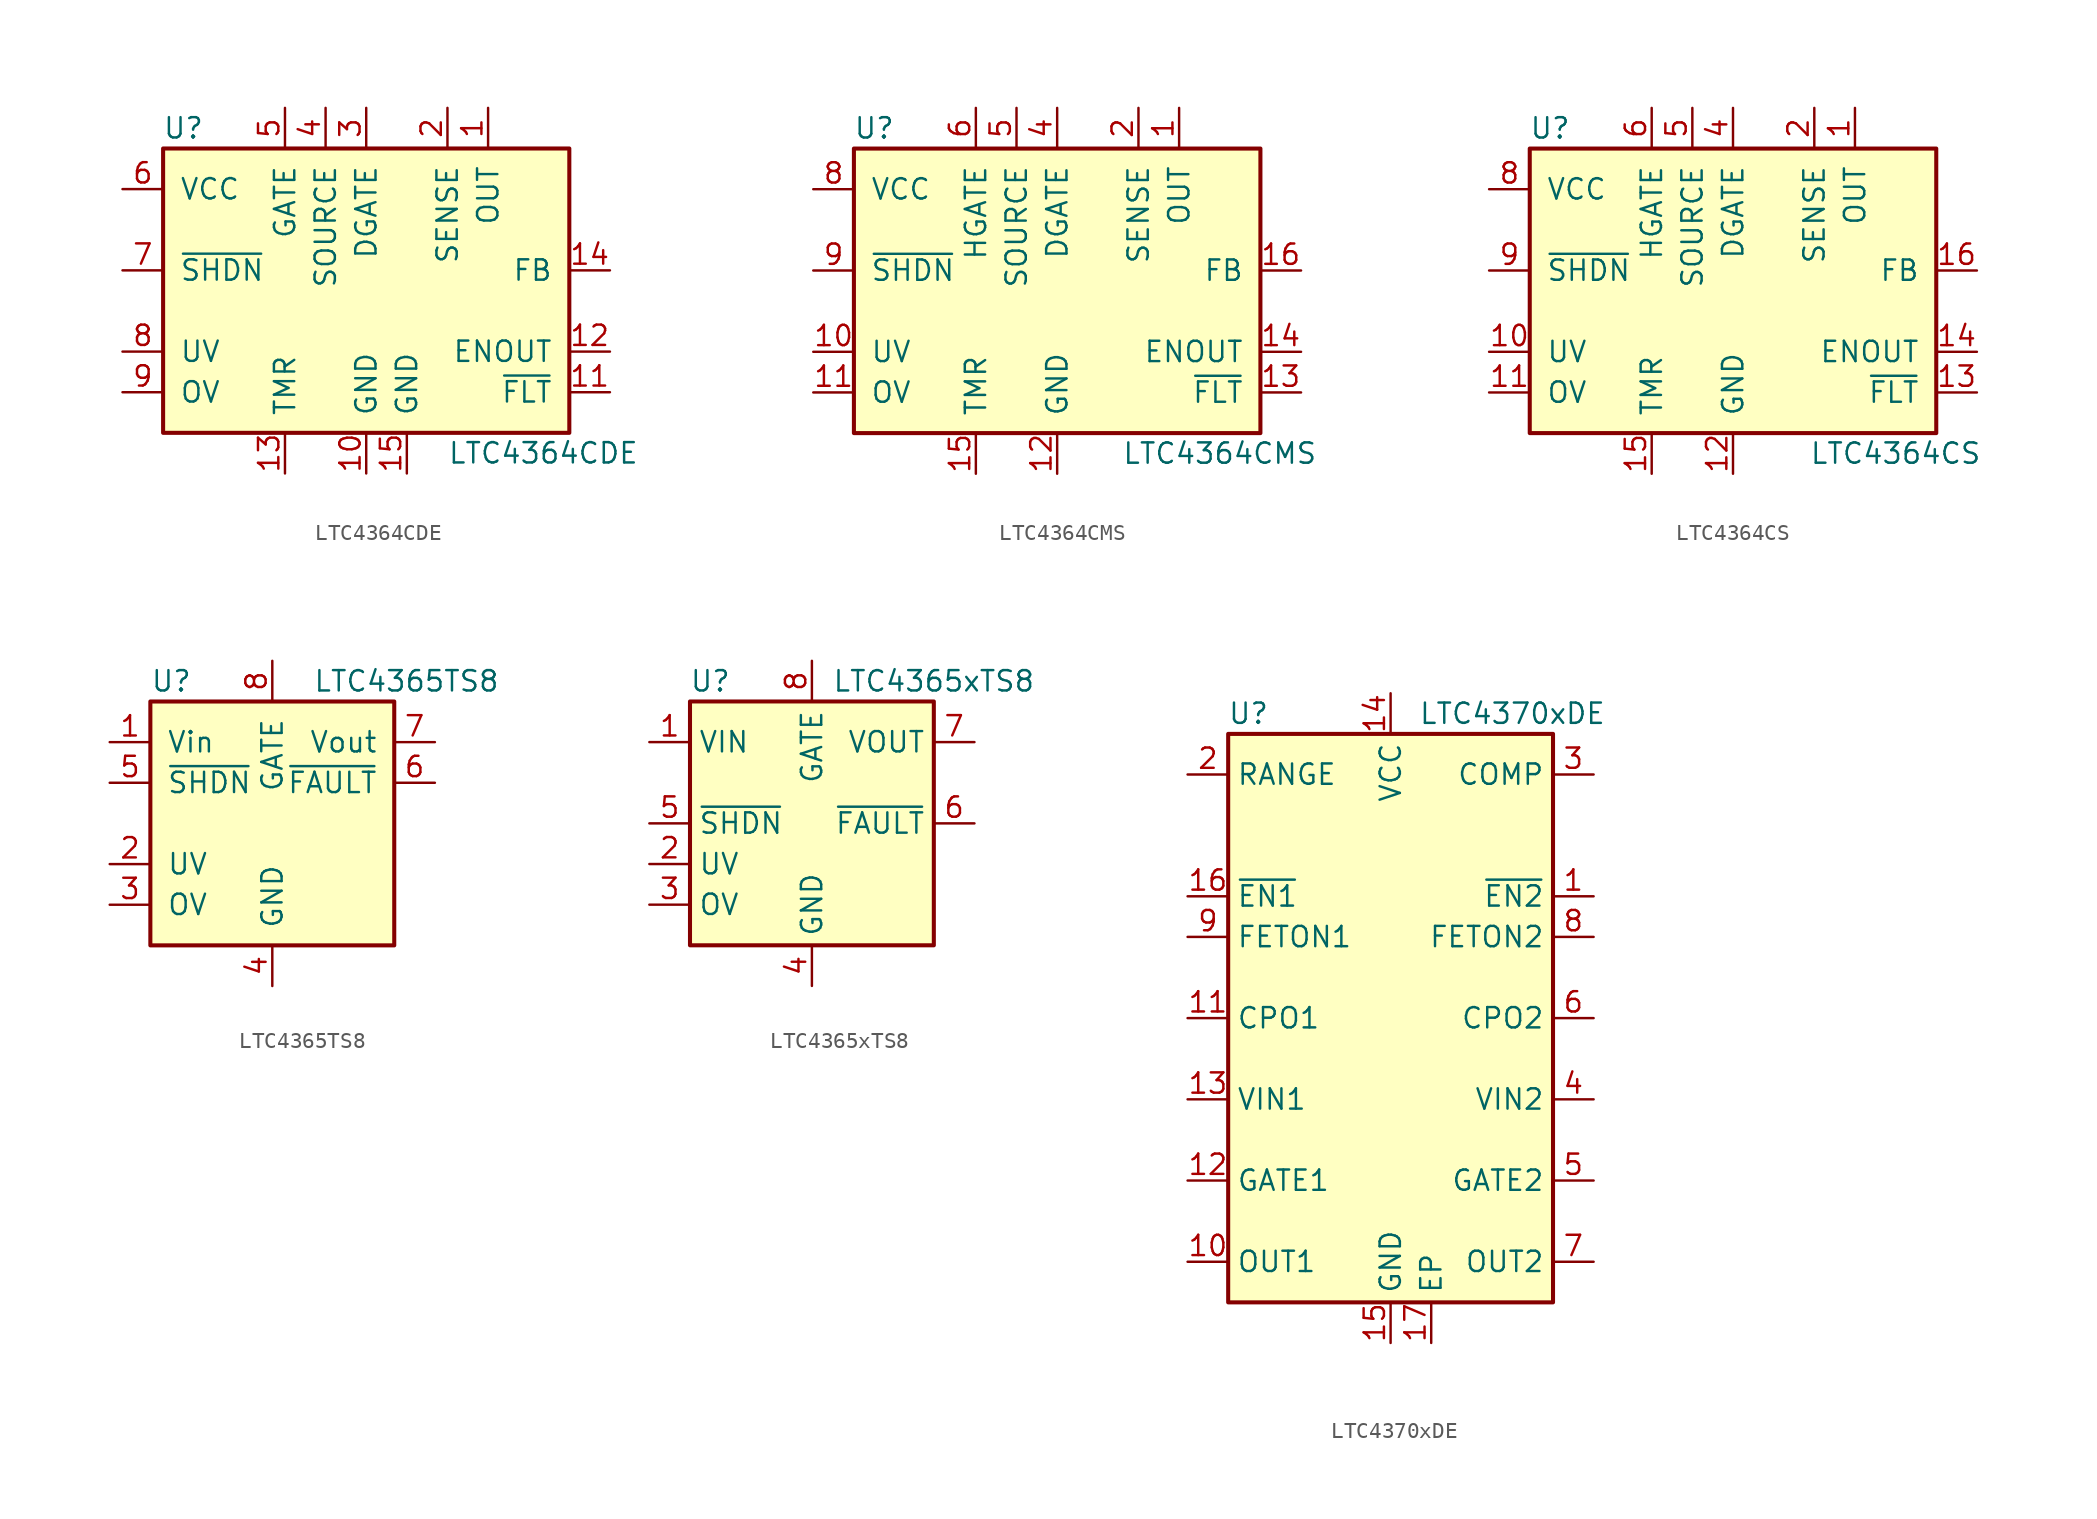
<source format=kicad_sym>
(kicad_symbol_lib
  (version 20241209)
  (generator "kicad_symbol_editor")
  (generator_version "9.0")
  (symbol "LTC4364CDE"
    (pin_names
      (offset 1.016))
    (property "Reference" "U"
      (at -11.43 8.89 0)
      (effects (font (size 1.27 1.27))))
    (property "Value" "LTC4364CDE"
      (at 5.08 -11.43 0)
      (effects (font (size 1.27 1.27)) (justify left)))
    (symbol "LTC4364CDE_0_1"
      (rectangle (start -12.7 7.62) (end 12.7 -10.16) (stroke (width 0.254) (type default)) (fill (type background))))
    (symbol "LTC4364CDE_1_1"
      (pin power_in line (at -15.24 5.08 0) (length 2.54) (name "VCC" (effects (font (size 1.27 1.27)))) (number "6" (effects (font (size 1.27 1.27)))))
      (pin input line (at -15.24 0 0) (length 2.54) (name "~{SHDN}" (effects (font (size 1.27 1.27)))) (number "7" (effects (font (size 1.27 1.27)))))
      (pin input line (at -15.24 -5.08 0) (length 2.54) (name "UV" (effects (font (size 1.27 1.27)))) (number "8" (effects (font (size 1.27 1.27)))))
      (pin input line (at -15.24 -7.62 0) (length 2.54) (name "OV" (effects (font (size 1.27 1.27)))) (number "9" (effects (font (size 1.27 1.27)))))
      (pin output line (at -5.08 10.16 270) (length 2.54) (name "GATE" (effects (font (size 1.27 1.27)))) (number "5" (effects (font (size 1.27 1.27)))))
      (pin input line (at -5.08 -12.7 90) (length 2.54) (name "TMR" (effects (font (size 1.27 1.27)))) (number "13" (effects (font (size 1.27 1.27)))))
      (pin input line (at -2.54 10.16 270) (length 2.54) (name "SOURCE" (effects (font (size 1.27 1.27)))) (number "4" (effects (font (size 1.27 1.27)))))
      (pin output line (at 0 10.16 270) (length 2.54) (name "DGATE" (effects (font (size 1.27 1.27)))) (number "3" (effects (font (size 1.27 1.27)))))
      (pin power_in line (at 0 -12.7 90) (length 2.54) (name "GND" (effects (font (size 1.27 1.27)))) (number "10" (effects (font (size 1.27 1.27)))))
      (pin power_in line (at 2.54 -12.7 90) (length 2.54) (name "GND" (effects (font (size 1.27 1.27)))) (number "15" (effects (font (size 1.27 1.27)))))
      (pin input line (at 5.08 10.16 270) (length 2.54) (name "SENSE" (effects (font (size 1.27 1.27)))) (number "2" (effects (font (size 1.27 1.27)))))
      (pin input line (at 7.62 10.16 270) (length 2.54) (name "OUT" (effects (font (size 1.27 1.27)))) (number "1" (effects (font (size 1.27 1.27)))))
      (pin input line (at 15.24 0 180) (length 2.54) (name "FB" (effects (font (size 1.27 1.27)))) (number "14" (effects (font (size 1.27 1.27)))))
      (pin open_collector line (at 15.24 -5.08 180) (length 2.54) (name "ENOUT" (effects (font (size 1.27 1.27)))) (number "12" (effects (font (size 1.27 1.27)))))
      (pin open_collector line (at 15.24 -7.62 180) (length 2.54) (name "~{FLT}" (effects (font (size 1.27 1.27)))) (number "11" (effects (font (size 1.27 1.27)))))))
  (symbol "LTC4364CMS"
    (pin_names
      (offset 1.016))
    (property "Reference" "U"
      (at -11.43 8.89 0)
      (effects (font (size 1.27 1.27))))
    (property "Value" "LTC4364CMS"
      (at 10.16 -11.43 0)
      (effects (font (size 1.27 1.27))))
    (symbol "LTC4364CMS_0_1"
      (rectangle (start -12.7 7.62) (end 12.7 -10.16) (stroke (width 0.254) (type default)) (fill (type background))))
    (symbol "LTC4364CMS_1_1"
      (pin power_in line (at -15.24 5.08 0) (length 2.54) (name "VCC" (effects (font (size 1.27 1.27)))) (number "8" (effects (font (size 1.27 1.27)))))
      (pin input line (at -15.24 0 0) (length 2.54) (name "~{SHDN}" (effects (font (size 1.27 1.27)))) (number "9" (effects (font (size 1.27 1.27)))))
      (pin input line (at -15.24 -5.08 0) (length 2.54) (name "UV" (effects (font (size 1.27 1.27)))) (number "10" (effects (font (size 1.27 1.27)))))
      (pin input line (at -15.24 -7.62 0) (length 2.54) (name "OV" (effects (font (size 1.27 1.27)))) (number "11" (effects (font (size 1.27 1.27)))))
      (pin output line (at -5.08 10.16 270) (length 2.54) (name "HGATE" (effects (font (size 1.27 1.27)))) (number "6" (effects (font (size 1.27 1.27)))))
      (pin input line (at -5.08 -12.7 90) (length 2.54) (name "TMR" (effects (font (size 1.27 1.27)))) (number "15" (effects (font (size 1.27 1.27)))))
      (pin input line (at -2.54 10.16 270) (length 2.54) (name "SOURCE" (effects (font (size 1.27 1.27)))) (number "5" (effects (font (size 1.27 1.27)))))
      (pin output line (at 0 10.16 270) (length 2.54) (name "DGATE" (effects (font (size 1.27 1.27)))) (number "4" (effects (font (size 1.27 1.27)))))
      (pin power_in line (at 0 -12.7 90) (length 2.54) (name "GND" (effects (font (size 1.27 1.27)))) (number "12" (effects (font (size 1.27 1.27)))))
      (pin input line (at 5.08 10.16 270) (length 2.54) (name "SENSE" (effects (font (size 1.27 1.27)))) (number "2" (effects (font (size 1.27 1.27)))))
      (pin input line (at 7.62 10.16 270) (length 2.54) (name "OUT" (effects (font (size 1.27 1.27)))) (number "1" (effects (font (size 1.27 1.27)))))
      (pin no_connect line (at 12.7 5.08 180) (length 2.54) (hide yes) (name "NC" (effects (font (size 1.27 1.27)))) (number "7" (effects (font (size 1.27 1.27)))))
      (pin no_connect line (at 12.7 2.54 180) (length 2.54) (hide yes) (name "NC" (effects (font (size 1.27 1.27)))) (number "3" (effects (font (size 1.27 1.27)))))
      (pin input line (at 15.24 0 180) (length 2.54) (name "FB" (effects (font (size 1.27 1.27)))) (number "16" (effects (font (size 1.27 1.27)))))
      (pin open_collector line (at 15.24 -5.08 180) (length 2.54) (name "ENOUT" (effects (font (size 1.27 1.27)))) (number "14" (effects (font (size 1.27 1.27)))))
      (pin open_collector line (at 15.24 -7.62 180) (length 2.54) (name "~{FLT}" (effects (font (size 1.27 1.27)))) (number "13" (effects (font (size 1.27 1.27)))))))
  (symbol "LTC4364CS"
    (pin_names
      (offset 1.016))
    (property "Reference" "U"
      (at -11.43 8.89 0)
      (effects (font (size 1.27 1.27))))
    (property "Value" "LTC4364CS"
      (at 10.16 -11.43 0)
      (effects (font (size 1.27 1.27))))
    (symbol "LTC4364CS_0_1"
      (rectangle (start -12.7 7.62) (end 12.7 -10.16) (stroke (width 0.254) (type default)) (fill (type background))))
    (symbol "LTC4364CS_1_1"
      (pin power_in line (at -15.24 5.08 0) (length 2.54) (name "VCC" (effects (font (size 1.27 1.27)))) (number "8" (effects (font (size 1.27 1.27)))))
      (pin input line (at -15.24 0 0) (length 2.54) (name "~{SHDN}" (effects (font (size 1.27 1.27)))) (number "9" (effects (font (size 1.27 1.27)))))
      (pin input line (at -15.24 -5.08 0) (length 2.54) (name "UV" (effects (font (size 1.27 1.27)))) (number "10" (effects (font (size 1.27 1.27)))))
      (pin input line (at -15.24 -7.62 0) (length 2.54) (name "OV" (effects (font (size 1.27 1.27)))) (number "11" (effects (font (size 1.27 1.27)))))
      (pin output line (at -5.08 10.16 270) (length 2.54) (name "HGATE" (effects (font (size 1.27 1.27)))) (number "6" (effects (font (size 1.27 1.27)))))
      (pin input line (at -5.08 -12.7 90) (length 2.54) (name "TMR" (effects (font (size 1.27 1.27)))) (number "15" (effects (font (size 1.27 1.27)))))
      (pin input line (at -2.54 10.16 270) (length 2.54) (name "SOURCE" (effects (font (size 1.27 1.27)))) (number "5" (effects (font (size 1.27 1.27)))))
      (pin output line (at 0 10.16 270) (length 2.54) (name "DGATE" (effects (font (size 1.27 1.27)))) (number "4" (effects (font (size 1.27 1.27)))))
      (pin power_in line (at 0 -12.7 90) (length 2.54) (name "GND" (effects (font (size 1.27 1.27)))) (number "12" (effects (font (size 1.27 1.27)))))
      (pin input line (at 5.08 10.16 270) (length 2.54) (name "SENSE" (effects (font (size 1.27 1.27)))) (number "2" (effects (font (size 1.27 1.27)))))
      (pin input line (at 7.62 10.16 270) (length 2.54) (name "OUT" (effects (font (size 1.27 1.27)))) (number "1" (effects (font (size 1.27 1.27)))))
      (pin no_connect line (at 12.7 5.08 180) (length 2.54) (hide yes) (name "NC" (effects (font (size 1.27 1.27)))) (number "7" (effects (font (size 1.27 1.27)))))
      (pin no_connect line (at 12.7 2.54 180) (length 2.54) (hide yes) (name "NC" (effects (font (size 1.27 1.27)))) (number "3" (effects (font (size 1.27 1.27)))))
      (pin input line (at 15.24 0 180) (length 2.54) (name "FB" (effects (font (size 1.27 1.27)))) (number "16" (effects (font (size 1.27 1.27)))))
      (pin open_collector line (at 15.24 -5.08 180) (length 2.54) (name "ENOUT" (effects (font (size 1.27 1.27)))) (number "14" (effects (font (size 1.27 1.27)))))
      (pin open_collector line (at 15.24 -7.62 180) (length 2.54) (name "~{FLT}" (effects (font (size 1.27 1.27)))) (number "13" (effects (font (size 1.27 1.27)))))))
  (symbol "LTC4365TS8"
    (pin_names
      (offset 1.016))
    (property "Reference" "U"
      (at -7.62 8.89 0)
      (effects (font (size 1.27 1.27)) (justify left)))
    (property "Value" "LTC4365TS8"
      (at 2.54 8.89 0)
      (effects (font (size 1.27 1.27)) (justify left)))
    (symbol "LTC4365TS8_0_1"
      (rectangle (start -7.62 7.62) (end 7.62 -7.62) (stroke (width 0.254) (type default)) (fill (type background))))
    (symbol "LTC4365TS8_1_1"
      (pin power_in line (at -10.16 5.08 0) (length 2.54) (name "Vin" (effects (font (size 1.27 1.27)))) (number "1" (effects (font (size 1.27 1.27)))))
      (pin input line (at -10.16 2.54 0) (length 2.54) (name "~{SHDN}" (effects (font (size 1.27 1.27)))) (number "5" (effects (font (size 1.27 1.27)))))
      (pin input line (at -10.16 -2.54 0) (length 2.54) (name "UV" (effects (font (size 1.27 1.27)))) (number "2" (effects (font (size 1.27 1.27)))))
      (pin input line (at -10.16 -5.08 0) (length 2.54) (name "OV" (effects (font (size 1.27 1.27)))) (number "3" (effects (font (size 1.27 1.27)))))
      (pin output line (at 0 10.16 270) (length 2.54) (name "GATE" (effects (font (size 1.27 1.27)))) (number "8" (effects (font (size 1.27 1.27)))))
      (pin power_in line (at 0 -10.16 90) (length 2.54) (name "GND" (effects (font (size 1.27 1.27)))) (number "4" (effects (font (size 1.27 1.27)))))
      (pin input line (at 10.16 5.08 180) (length 2.54) (name "Vout" (effects (font (size 1.27 1.27)))) (number "7" (effects (font (size 1.27 1.27)))))
      (pin open_collector line (at 10.16 2.54 180) (length 2.54) (name "~{FAULT}" (effects (font (size 1.27 1.27)))) (number "6" (effects (font (size 1.27 1.27)))))))
  (symbol "LTC4365xTS8"
    (property "Reference" "U"
      (at -6.35 8.89 0)
      (effects (font (size 1.27 1.27))))
    (property "Value" "LTC4365xTS8"
      (at 7.62 8.89 0)
      (effects (font (size 1.27 1.27))))
    (symbol "LTC4365xTS8_0_1"
      (rectangle (start -7.62 7.62) (end 7.62 -7.62) (stroke (width 0.254) (type default)) (fill (type background))))
    (symbol "LTC4365xTS8_1_1"
      (pin power_in line (at -10.16 5.08 0) (length 2.54) (name "VIN" (effects (font (size 1.27 1.27)))) (number "1" (effects (font (size 1.27 1.27)))))
      (pin input line (at -10.16 0 0) (length 2.54) (name "~{SHDN}" (effects (font (size 1.27 1.27)))) (number "5" (effects (font (size 1.27 1.27)))))
      (pin input line (at -10.16 -2.54 0) (length 2.54) (name "UV" (effects (font (size 1.27 1.27)))) (number "2" (effects (font (size 1.27 1.27)))))
      (pin input line (at -10.16 -5.08 0) (length 2.54) (name "OV" (effects (font (size 1.27 1.27)))) (number "3" (effects (font (size 1.27 1.27)))))
      (pin output line (at 0 10.16 270) (length 2.54) (name "GATE" (effects (font (size 1.27 1.27)))) (number "8" (effects (font (size 1.27 1.27)))))
      (pin power_in line (at 0 -10.16 90) (length 2.54) (name "GND" (effects (font (size 1.27 1.27)))) (number "4" (effects (font (size 1.27 1.27)))))
      (pin input line (at 10.16 5.08 180) (length 2.54) (name "VOUT" (effects (font (size 1.27 1.27)))) (number "7" (effects (font (size 1.27 1.27)))))
      (pin open_collector line (at 10.16 0 180) (length 2.54) (name "~{FAULT}" (effects (font (size 1.27 1.27)))) (number "6" (effects (font (size 1.27 1.27)))))))
  (symbol "LTC4370xDE"
    (property "Reference" "U"
      (at -8.89 19.05 0)
      (effects (font (size 1.27 1.27))))
    (property "Value" "LTC4370xDE"
      (at 7.62 19.05 0)
      (effects (font (size 1.27 1.27))))
    (symbol "LTC4370xDE_0_1"
      (rectangle (start -10.16 17.78) (end 10.16 -17.78) (stroke (width 0.254) (type default)) (fill (type background))))
    (symbol "LTC4370xDE_1_1"
      (pin passive line (at -12.7 15.24 0) (length 2.54) (name "RANGE" (effects (font (size 1.27 1.27)))) (number "2" (effects (font (size 1.27 1.27)))))
      (pin input line (at -12.7 7.62 0) (length 2.54) (name "~{EN1}" (effects (font (size 1.27 1.27)))) (number "16" (effects (font (size 1.27 1.27)))))
      (pin open_collector line (at -12.7 5.08 0) (length 2.54) (name "FETON1" (effects (font (size 1.27 1.27)))) (number "9" (effects (font (size 1.27 1.27)))))
      (pin passive line (at -12.7 0 0) (length 2.54) (name "CPO1" (effects (font (size 1.27 1.27)))) (number "11" (effects (font (size 1.27 1.27)))))
      (pin power_in line (at -12.7 -5.08 0) (length 2.54) (name "VIN1" (effects (font (size 1.27 1.27)))) (number "13" (effects (font (size 1.27 1.27)))))
      (pin output line (at -12.7 -10.16 0) (length 2.54) (name "GATE1" (effects (font (size 1.27 1.27)))) (number "12" (effects (font (size 1.27 1.27)))))
      (pin input line (at -12.7 -15.24 0) (length 2.54) (name "OUT1" (effects (font (size 1.27 1.27)))) (number "10" (effects (font (size 1.27 1.27)))))
      (pin power_in line (at 0 20.32 270) (length 2.54) (name "VCC" (effects (font (size 1.27 1.27)))) (number "14" (effects (font (size 1.27 1.27)))))
      (pin power_in line (at 0 -20.32 90) (length 2.54) (name "GND" (effects (font (size 1.27 1.27)))) (number "15" (effects (font (size 1.27 1.27)))))
      (pin passive line (at 2.54 -20.32 90) (length 2.54) (name "EP" (effects (font (size 1.27 1.27)))) (number "17" (effects (font (size 1.27 1.27)))))
      (pin passive line (at 12.7 15.24 180) (length 2.54) (name "COMP" (effects (font (size 1.27 1.27)))) (number "3" (effects (font (size 1.27 1.27)))))
      (pin input line (at 12.7 7.62 180) (length 2.54) (name "~{EN2}" (effects (font (size 1.27 1.27)))) (number "1" (effects (font (size 1.27 1.27)))))
      (pin open_collector line (at 12.7 5.08 180) (length 2.54) (name "FETON2" (effects (font (size 1.27 1.27)))) (number "8" (effects (font (size 1.27 1.27)))))
      (pin passive line (at 12.7 0 180) (length 2.54) (name "CPO2" (effects (font (size 1.27 1.27)))) (number "6" (effects (font (size 1.27 1.27)))))
      (pin power_in line (at 12.7 -5.08 180) (length 2.54) (name "VIN2" (effects (font (size 1.27 1.27)))) (number "4" (effects (font (size 1.27 1.27)))))
      (pin output line (at 12.7 -10.16 180) (length 2.54) (name "GATE2" (effects (font (size 1.27 1.27)))) (number "5" (effects (font (size 1.27 1.27)))))
      (pin input line (at 12.7 -15.24 180) (length 2.54) (name "OUT2" (effects (font (size 1.27 1.27)))) (number "7" (effects (font (size 1.27 1.27))))))))
</source>
